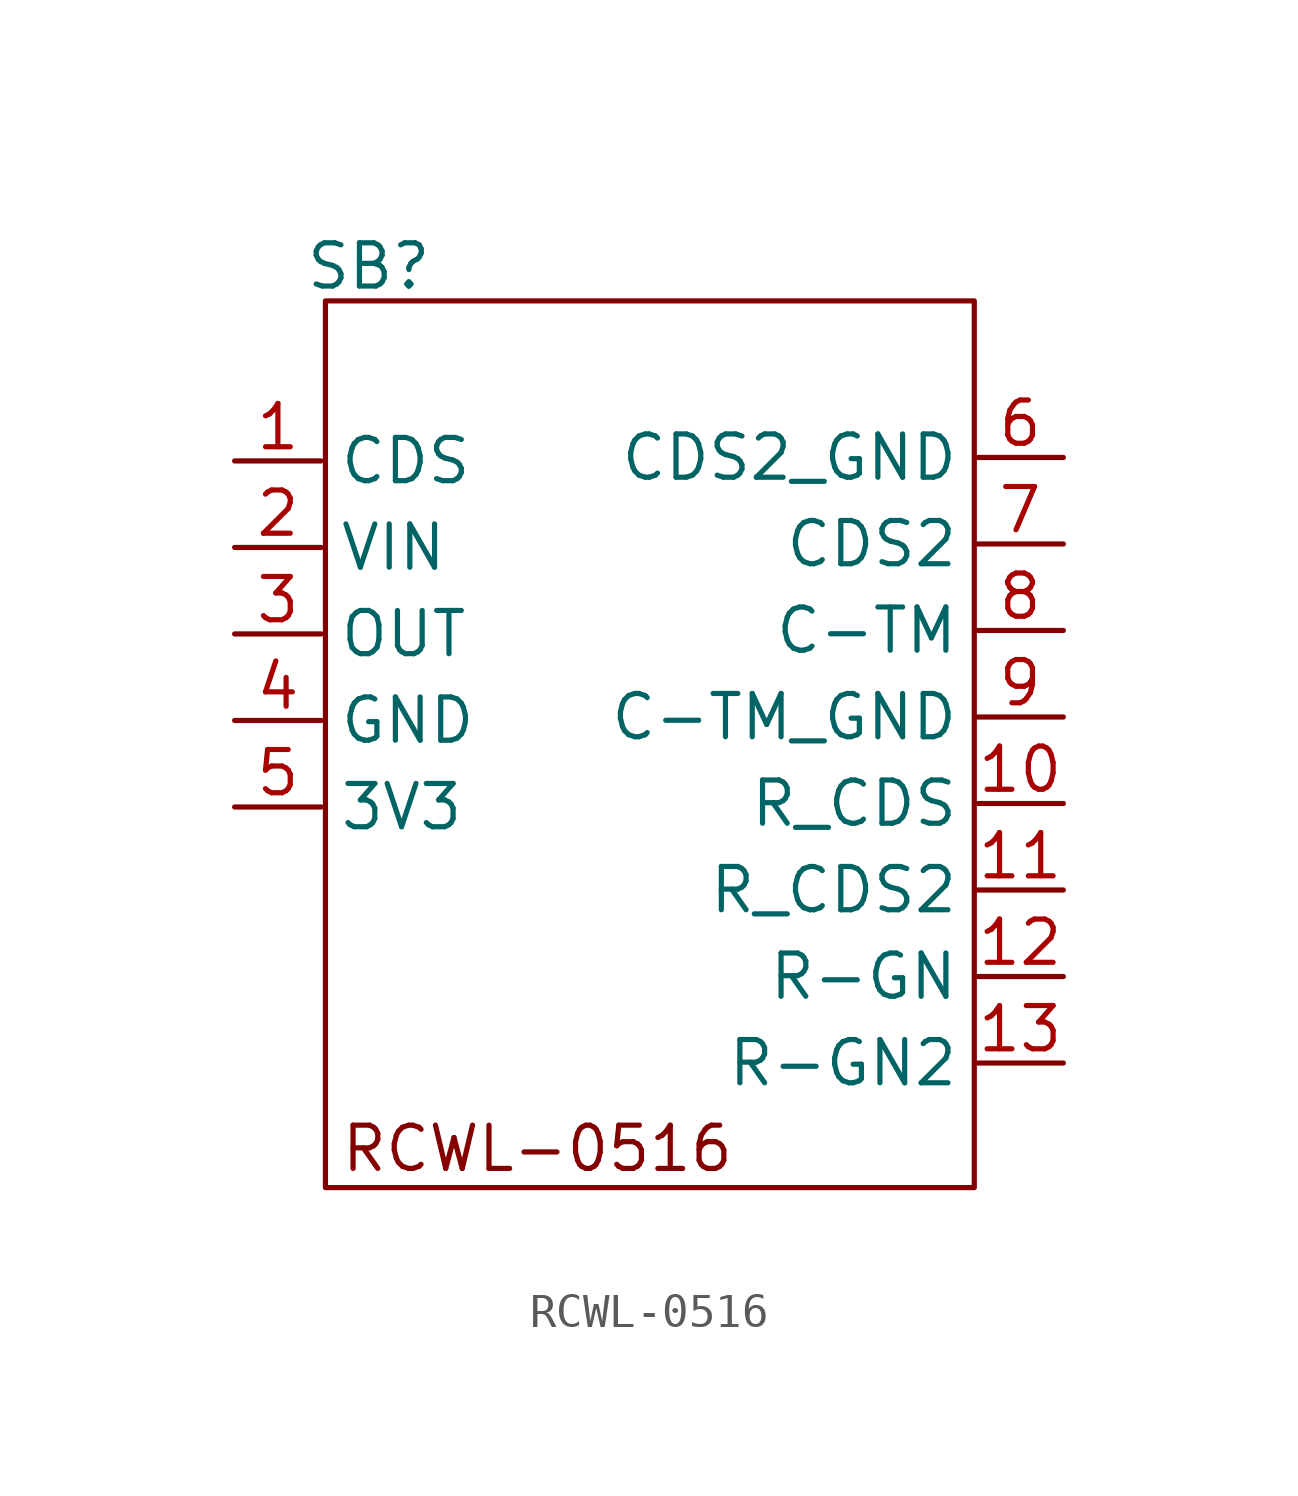
<source format=kicad_sym>
(kicad_symbol_lib
  (version 20220914)
  (generator kicad_symbol_editor)
  (symbol "RCWL-0516"
    (property "Reference" "SB"
      (at -6.985 13.589 0)
      (effects (font (size 1.27 1.27))))
    (property "Value" ""
      (at -10.922 6.731 0)
      (effects (font (size 1.27 1.27))))
    (symbol "RCWL-0516_0_0"
      (pin input line (at -10.922 7.874 0) (length 2.54) (name "CDS" (effects (font (size 1.27 1.27)))) (number "1" (effects (font (size 1.27 1.27)))))
      (pin bidirectional line (at 13.411 -2.184 180) (length 2.54) (name "R_CDS" (effects (font (size 1.27 1.27)))) (number "10" (effects (font (size 1.27 1.27)))))
      (pin bidirectional line (at 13.411 -4.724 180) (length 2.54) (name "R_CDS2" (effects (font (size 1.27 1.27)))) (number "11" (effects (font (size 1.27 1.27)))))
      (pin bidirectional line (at 13.411 -7.264 180) (length 2.54) (name "R-GN" (effects (font (size 1.27 1.27)))) (number "12" (effects (font (size 1.27 1.27)))))
      (pin bidirectional line (at 13.411 -9.804 180) (length 2.54) (name "R-GN2" (effects (font (size 1.27 1.27)))) (number "13" (effects (font (size 1.27 1.27)))))
      (pin power_in line (at -10.922 5.334 0) (length 2.54) (name "VIN" (effects (font (size 1.27 1.27)))) (number "2" (effects (font (size 1.27 1.27)))))
      (pin output line (at -10.922 2.794 0) (length 2.54) (name "OUT" (effects (font (size 1.27 1.27)))) (number "3" (effects (font (size 1.27 1.27)))))
      (pin power_in line (at -10.922 0.254 0) (length 2.54) (name "GND" (effects (font (size 1.27 1.27)))) (number "4" (effects (font (size 1.27 1.27)))))
      (pin power_out line (at -10.922 -2.286 0) (length 2.54) (name "3V3" (effects (font (size 1.27 1.27)))) (number "5" (effects (font (size 1.27 1.27)))))
      (pin power_in line (at 13.411 7.976 180) (length 2.54) (name "CDS2_GND" (effects (font (size 1.27 1.27)))) (number "6" (effects (font (size 1.27 1.27)))))
      (pin bidirectional line (at 13.411 5.436 180) (length 2.54) (name "CDS2" (effects (font (size 1.27 1.27)))) (number "7" (effects (font (size 1.27 1.27)))))
      (pin bidirectional line (at 13.411 2.896 180) (length 2.54) (name "C-TM" (effects (font (size 1.27 1.27)))) (number "8" (effects (font (size 1.27 1.27)))))
      (pin bidirectional line (at 13.411 0.356 180) (length 2.54) (name "C-TM_GND" (effects (font (size 1.27 1.27)))) (number "9" (effects (font (size 1.27 1.27))))))
    (symbol "RCWL-0516_0_1"
      (rectangle (start -8.255 12.573) (end 10.795 -13.462) (stroke (width 0) (type default)) (fill (type none)))
      (text "RCWL-0516" (at -2.032 -12.319 0) (effects (font (size 1.27 1.27)))))))
</source>
